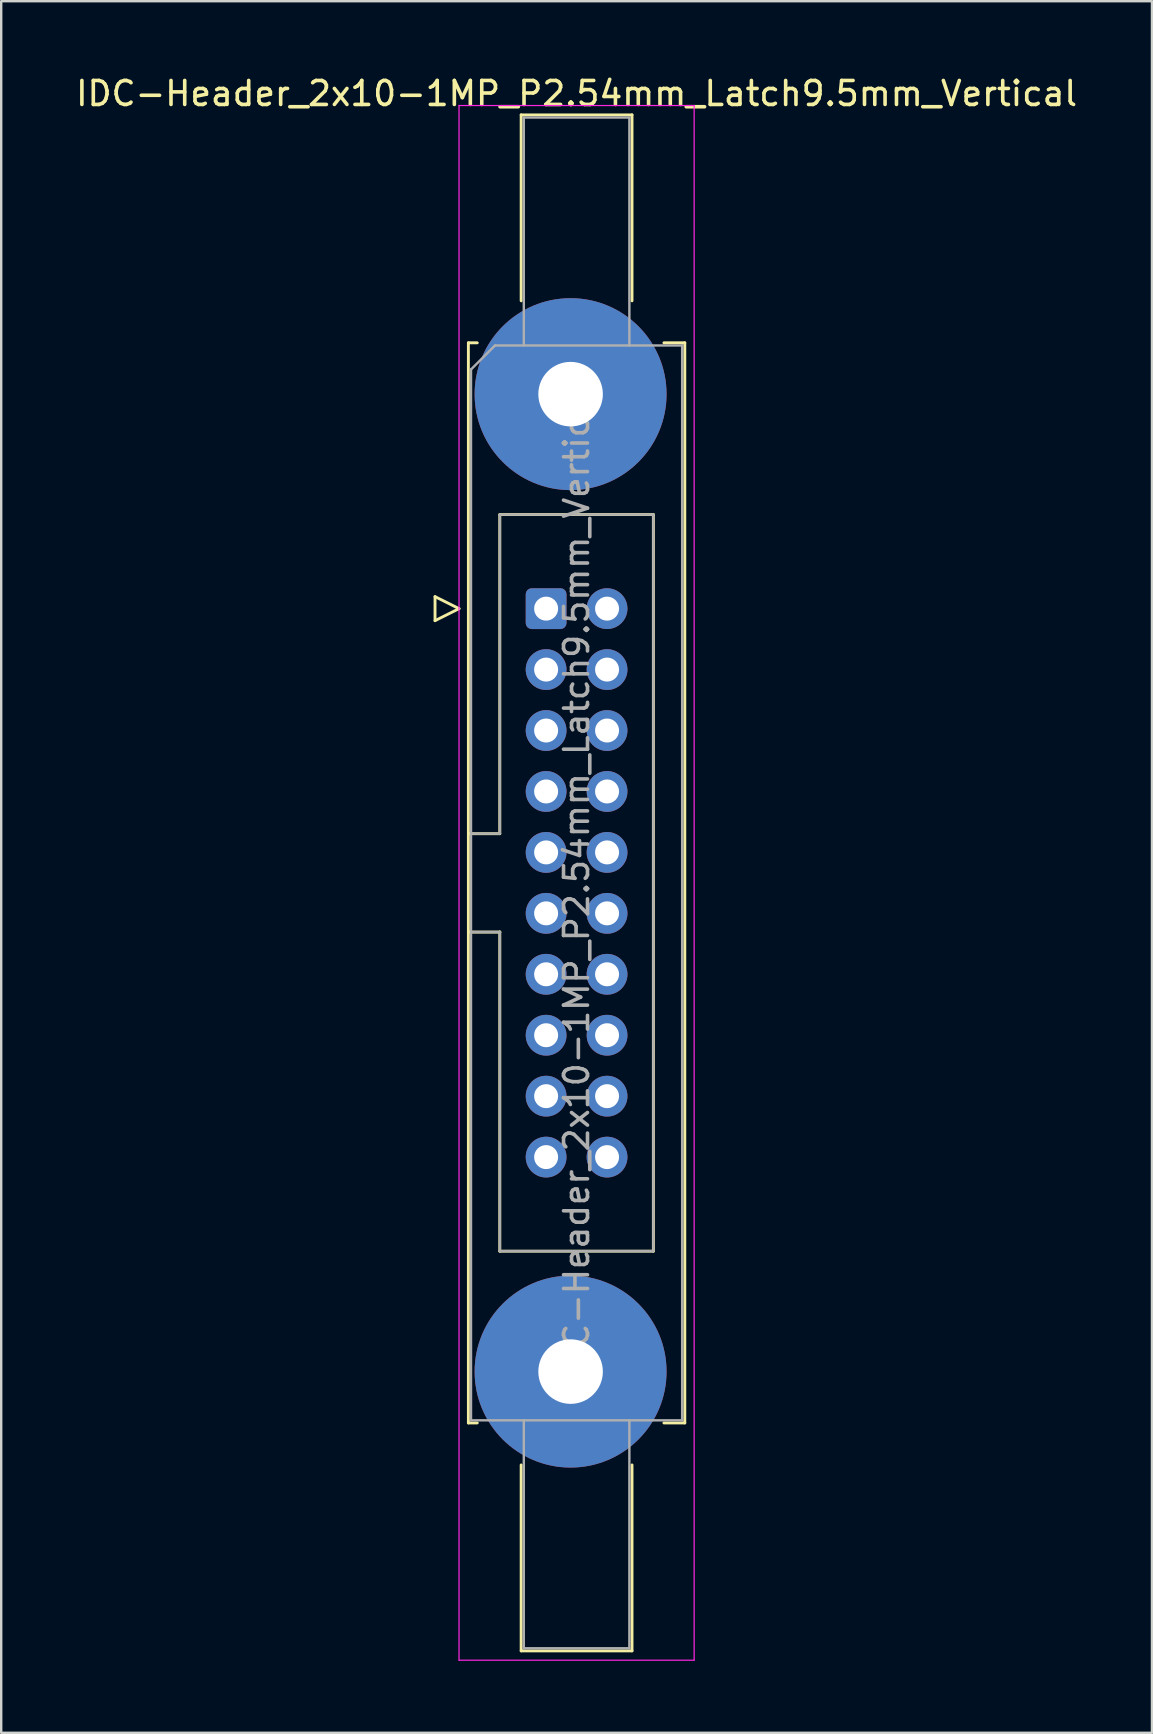
<source format=kicad_pcb>
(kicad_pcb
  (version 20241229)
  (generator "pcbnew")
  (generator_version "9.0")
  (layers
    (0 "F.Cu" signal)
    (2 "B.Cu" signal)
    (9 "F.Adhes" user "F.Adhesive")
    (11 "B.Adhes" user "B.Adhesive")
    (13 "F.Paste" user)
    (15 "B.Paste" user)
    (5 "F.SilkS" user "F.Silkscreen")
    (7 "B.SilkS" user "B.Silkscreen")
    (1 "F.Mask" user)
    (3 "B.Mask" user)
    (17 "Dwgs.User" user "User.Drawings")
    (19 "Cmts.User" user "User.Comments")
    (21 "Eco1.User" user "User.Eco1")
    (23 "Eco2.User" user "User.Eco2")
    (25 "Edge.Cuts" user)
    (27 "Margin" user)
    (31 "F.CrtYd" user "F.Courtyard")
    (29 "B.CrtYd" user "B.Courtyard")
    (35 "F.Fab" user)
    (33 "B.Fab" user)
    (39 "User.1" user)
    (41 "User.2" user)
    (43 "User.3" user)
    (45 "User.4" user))
  (footprint "IDC-Header_2x10-1MP_P2.54mm_Latch9.5mm_Vertical"
    (layer "F.Cu")
    (at 19.712 22.318)
    (property "Reference" "IDC-Header_2x10-1MP_P2.54mm_Latch9.5mm_Vertical" (at 1.27 -21.47 0) (layer "F.SilkS") (effects (font (size 1 1) (thickness 0.15))))
    (attr through_hole)
    (fp_line (start -4.63 -0.5) (end -4.63 0.5) (stroke (width 0.12) (type solid)) (layer "F.SilkS"))
    (fp_line (start -4.63 0.5) (end -3.63 0) (stroke (width 0.12) (type solid)) (layer "F.SilkS"))
    (fp_line (start -3.63 0) (end -4.63 -0.5) (stroke (width 0.12) (type solid)) (layer "F.SilkS"))
    (fp_line (start -3.24 -11.08) (end -3.24 33.94) (stroke (width 0.12) (type solid)) (layer "F.SilkS"))
    (fp_line (start -3.24 9.38) (end -1.93 9.38) (stroke (width 0.12) (type solid)) (layer "F.SilkS"))
    (fp_line (start -3.24 33.94) (end -2.87 33.94) (stroke (width 0.12) (type solid)) (layer "F.SilkS"))
    (fp_line (start -2.87 -11.08) (end -3.24 -11.08) (stroke (width 0.12) (type solid)) (layer "F.SilkS"))
    (fp_line (start -1.93 -3.92) (end 4.47 -3.92) (stroke (width 0.12) (type solid)) (layer "F.SilkS"))
    (fp_line (start -1.93 9.38) (end -1.93 -3.92) (stroke (width 0.12) (type solid)) (layer "F.SilkS"))
    (fp_line (start -1.93 13.48) (end -3.24 13.48) (stroke (width 0.12) (type solid)) (layer "F.SilkS"))
    (fp_line (start -1.93 13.48) (end -1.93 13.48) (stroke (width 0.12) (type solid)) (layer "F.SilkS"))
    (fp_line (start -1.93 26.78) (end -1.93 13.48) (stroke (width 0.12) (type solid)) (layer "F.SilkS"))
    (fp_line (start -1.04 -20.58) (end 3.58 -20.58) (stroke (width 0.12) (type solid)) (layer "F.SilkS"))
    (fp_line (start -1.04 -12.83) (end -1.04 -20.58) (stroke (width 0.12) (type solid)) (layer "F.SilkS"))
    (fp_line (start -1.04 35.69) (end -1.04 43.44) (stroke (width 0.12) (type solid)) (layer "F.SilkS"))
    (fp_line (start -1.04 43.44) (end 3.58 43.44) (stroke (width 0.12) (type solid)) (layer "F.SilkS"))
    (fp_line (start 3.58 -20.58) (end 3.58 -12.83) (stroke (width 0.12) (type solid)) (layer "F.SilkS"))
    (fp_line (start 3.58 43.44) (end 3.58 35.69) (stroke (width 0.12) (type solid)) (layer "F.SilkS"))
    (fp_line (start 4.47 -3.92) (end 4.47 26.78) (stroke (width 0.12) (type solid)) (layer "F.SilkS"))
    (fp_line (start 4.47 26.78) (end -1.93 26.78) (stroke (width 0.12) (type solid)) (layer "F.SilkS"))
    (fp_line (start 4.91 -11.08) (end 5.78 -11.08) (stroke (width 0.12) (type solid)) (layer "F.SilkS"))
    (fp_line (start 5.78 -11.08) (end 5.78 33.94) (stroke (width 0.12) (type solid)) (layer "F.SilkS"))
    (fp_line (start 5.78 33.94) (end 4.91 33.94) (stroke (width 0.12) (type solid)) (layer "F.SilkS"))
    (fp_line (start -3.63 -20.97) (end -3.63 43.83) (stroke (width 0.05) (type solid)) (layer "F.CrtYd"))
    (fp_line (start -3.63 43.83) (end 6.17 43.83) (stroke (width 0.05) (type solid)) (layer "F.CrtYd"))
    (fp_line (start 6.17 -20.97) (end -3.63 -20.97) (stroke (width 0.05) (type solid)) (layer "F.CrtYd"))
    (fp_line (start 6.17 43.83) (end 6.17 -20.97) (stroke (width 0.05) (type solid)) (layer "F.CrtYd"))
    (fp_line (start -3.13 -9.97) (end -2.13 -10.97) (stroke (width 0.1) (type solid)) (layer "F.Fab"))
    (fp_line (start -3.13 9.38) (end -1.93 9.38) (stroke (width 0.1) (type solid)) (layer "F.Fab"))
    (fp_line (start -3.13 33.83) (end -3.13 -9.97) (stroke (width 0.1) (type solid)) (layer "F.Fab"))
    (fp_line (start -2.13 -10.97) (end 5.67 -10.97) (stroke (width 0.1) (type solid)) (layer "F.Fab"))
    (fp_line (start -1.93 -3.92) (end 4.47 -3.92) (stroke (width 0.1) (type solid)) (layer "F.Fab"))
    (fp_line (start -1.93 9.38) (end -1.93 -3.92) (stroke (width 0.1) (type solid)) (layer "F.Fab"))
    (fp_line (start -1.93 13.48) (end -3.13 13.48) (stroke (width 0.1) (type solid)) (layer "F.Fab"))
    (fp_line (start -1.93 13.48) (end -1.93 13.48) (stroke (width 0.1) (type solid)) (layer "F.Fab"))
    (fp_line (start -1.93 26.78) (end -1.93 13.48) (stroke (width 0.1) (type solid)) (layer "F.Fab"))
    (fp_line (start -0.93 -20.47) (end 3.47 -20.47) (stroke (width 0.1) (type solid)) (layer "F.Fab"))
    (fp_line (start -0.93 -10.97) (end -0.93 -20.47) (stroke (width 0.1) (type solid)) (layer "F.Fab"))
    (fp_line (start -0.93 33.83) (end -0.93 43.33) (stroke (width 0.1) (type solid)) (layer "F.Fab"))
    (fp_line (start -0.93 43.33) (end 3.47 43.33) (stroke (width 0.1) (type solid)) (layer "F.Fab"))
    (fp_line (start 3.47 -20.47) (end 3.47 -10.97) (stroke (width 0.1) (type solid)) (layer "F.Fab"))
    (fp_line (start 3.47 43.33) (end 3.47 33.83) (stroke (width 0.1) (type solid)) (layer "F.Fab"))
    (fp_line (start 4.47 -3.92) (end 4.47 26.78) (stroke (width 0.1) (type solid)) (layer "F.Fab"))
    (fp_line (start 4.47 26.78) (end -1.93 26.78) (stroke (width 0.1) (type solid)) (layer "F.Fab"))
    (fp_line (start 5.67 -10.97) (end 5.67 33.83) (stroke (width 0.1) (type solid)) (layer "F.Fab"))
    (fp_line (start 5.67 33.83) (end -3.13 33.83) (stroke (width 0.1) (type solid)) (layer "F.Fab"))
    (fp_text user "${REFERENCE}" (at 1.27 11.43 90) (layer "F.Fab") (effects (font (size 1 1) (thickness 0.15))))
    (pad "1" thru_hole roundrect (at 0 0) (size 1.7 1.7) (drill 1) (layers "*.Cu" "*.Mask") (roundrect_rratio 0.147))
    (pad "2" thru_hole circle (at 2.54 0) (size 1.7 1.7) (drill 1) (layers "*.Cu" "*.Mask"))
    (pad "3" thru_hole circle (at 0 2.54) (size 1.7 1.7) (drill 1) (layers "*.Cu" "*.Mask"))
    (pad "4" thru_hole circle (at 2.54 2.54) (size 1.7 1.7) (drill 1) (layers "*.Cu" "*.Mask"))
    (pad "5" thru_hole circle (at 0 5.08) (size 1.7 1.7) (drill 1) (layers "*.Cu" "*.Mask"))
    (pad "6" thru_hole circle (at 2.54 5.08) (size 1.7 1.7) (drill 1) (layers "*.Cu" "*.Mask"))
    (pad "7" thru_hole circle (at 0 7.62) (size 1.7 1.7) (drill 1) (layers "*.Cu" "*.Mask"))
    (pad "8" thru_hole circle (at 2.54 7.62) (size 1.7 1.7) (drill 1) (layers "*.Cu" "*.Mask"))
    (pad "9" thru_hole circle (at 0 10.16) (size 1.7 1.7) (drill 1) (layers "*.Cu" "*.Mask"))
    (pad "10" thru_hole circle (at 2.54 10.16) (size 1.7 1.7) (drill 1) (layers "*.Cu" "*.Mask"))
    (pad "11" thru_hole circle (at 0 12.7) (size 1.7 1.7) (drill 1) (layers "*.Cu" "*.Mask"))
    (pad "12" thru_hole circle (at 2.54 12.7) (size 1.7 1.7) (drill 1) (layers "*.Cu" "*.Mask"))
    (pad "13" thru_hole circle (at 0 15.24) (size 1.7 1.7) (drill 1) (layers "*.Cu" "*.Mask"))
    (pad "14" thru_hole circle (at 2.54 15.24) (size 1.7 1.7) (drill 1) (layers "*.Cu" "*.Mask"))
    (pad "15" thru_hole circle (at 0 17.78) (size 1.7 1.7) (drill 1) (layers "*.Cu" "*.Mask"))
    (pad "16" thru_hole circle (at 2.54 17.78) (size 1.7 1.7) (drill 1) (layers "*.Cu" "*.Mask"))
    (pad "17" thru_hole circle (at 0 20.32) (size 1.7 1.7) (drill 1) (layers "*.Cu" "*.Mask"))
    (pad "18" thru_hole circle (at 2.54 20.32) (size 1.7 1.7) (drill 1) (layers "*.Cu" "*.Mask"))
    (pad "19" thru_hole circle (at 0 22.86) (size 1.7 1.7) (drill 1) (layers "*.Cu" "*.Mask"))
    (pad "20" thru_hole circle (at 2.54 22.86) (size 1.7 1.7) (drill 1) (layers "*.Cu" "*.Mask"))
    (pad "MP" thru_hole circle (at 1.02 -8.94) (size 8 8) (drill 2.69) (layers "*.Cu" "*.Mask"))
    (pad "MP" thru_hole circle (at 1.02 31.8) (size 8 8) (drill 2.69) (layers "*.Cu" "*.Mask")))
  (gr_rect
    (start -3 -3)
    (end 44.964 69.173)
    (stroke (width 0.1) (type default))
    (fill no)
    (layer "Edge.Cuts")))
</source>
